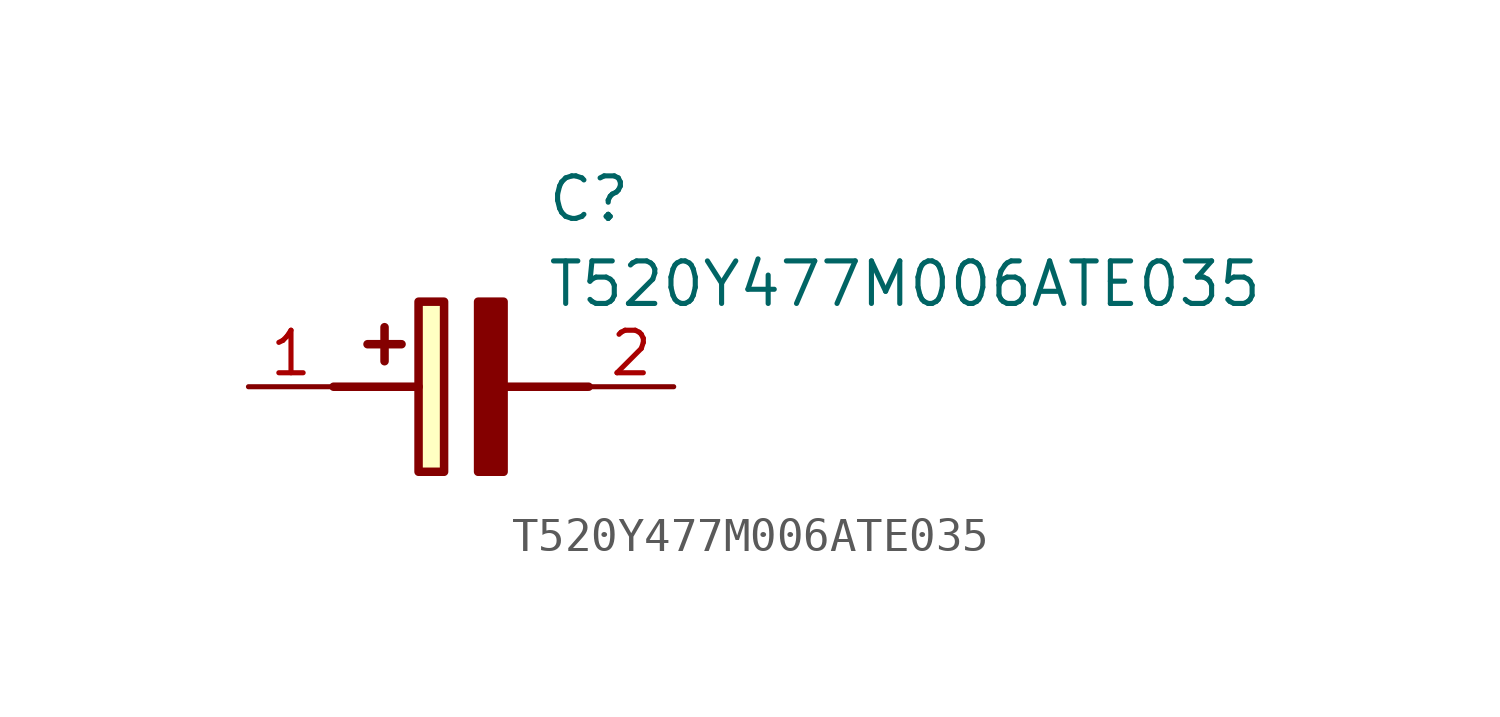
<source format=kicad_sym>
(kicad_symbol_lib
  (version 20211014)
  (generator SamacSys_ECAD_Model)
  (symbol "T520Y477M006ATE035"
    (pin_names hide)
    (property "Reference" "C"
      (at 8.89 6.35 0)
      (effects (font (size 1.27 1.27)) (justify left top)))
    (property "Value" "T520Y477M006ATE035"
      (at 8.89 3.81 0)
      (effects (font (size 1.27 1.27)) (justify left top)))
    (rectangle
      (start 5.08 2.54)
      (end 5.842 -2.54)
      (stroke (width 0.254) (type default))
      (fill (type background)))
    (polyline
      (pts (xy 4.572 1.27) (xy 3.556 1.27))
      (stroke (width 0.254) (type default))
      (fill (type none)))
    (polyline
      (pts (xy 4.064 1.778) (xy 4.064 0.762))
      (stroke (width 0.254) (type default))
      (fill (type none)))
    (polyline
      (pts (xy 2.54 0) (xy 5.08 0))
      (stroke (width 0.254) (type default))
      (fill (type none)))
    (polyline
      (pts (xy 7.62 0) (xy 10.16 0))
      (stroke (width 0.254) (type default))
      (fill (type none)))
    (polyline
      (pts (xy 7.62 2.54) (xy 7.62 -2.54) (xy 6.858 -2.54) (xy 6.858 2.54) (xy 7.62 2.54))
      (stroke (width 0.254) (type default))
      (fill (type outline)))
    (pin passive line
      (at 0 0 0)
      (length 2.54)
      (name "+" (effects (font (size 1.27 1.27))))
      (number "1" (effects (font (size 1.27 1.27)))))
    (pin passive line
      (at 12.7 0 180)
      (length 2.54)
      (name "-" (effects (font (size 1.27 1.27))))
      (number "2" (effects (font (size 1.27 1.27)))))))
</source>
